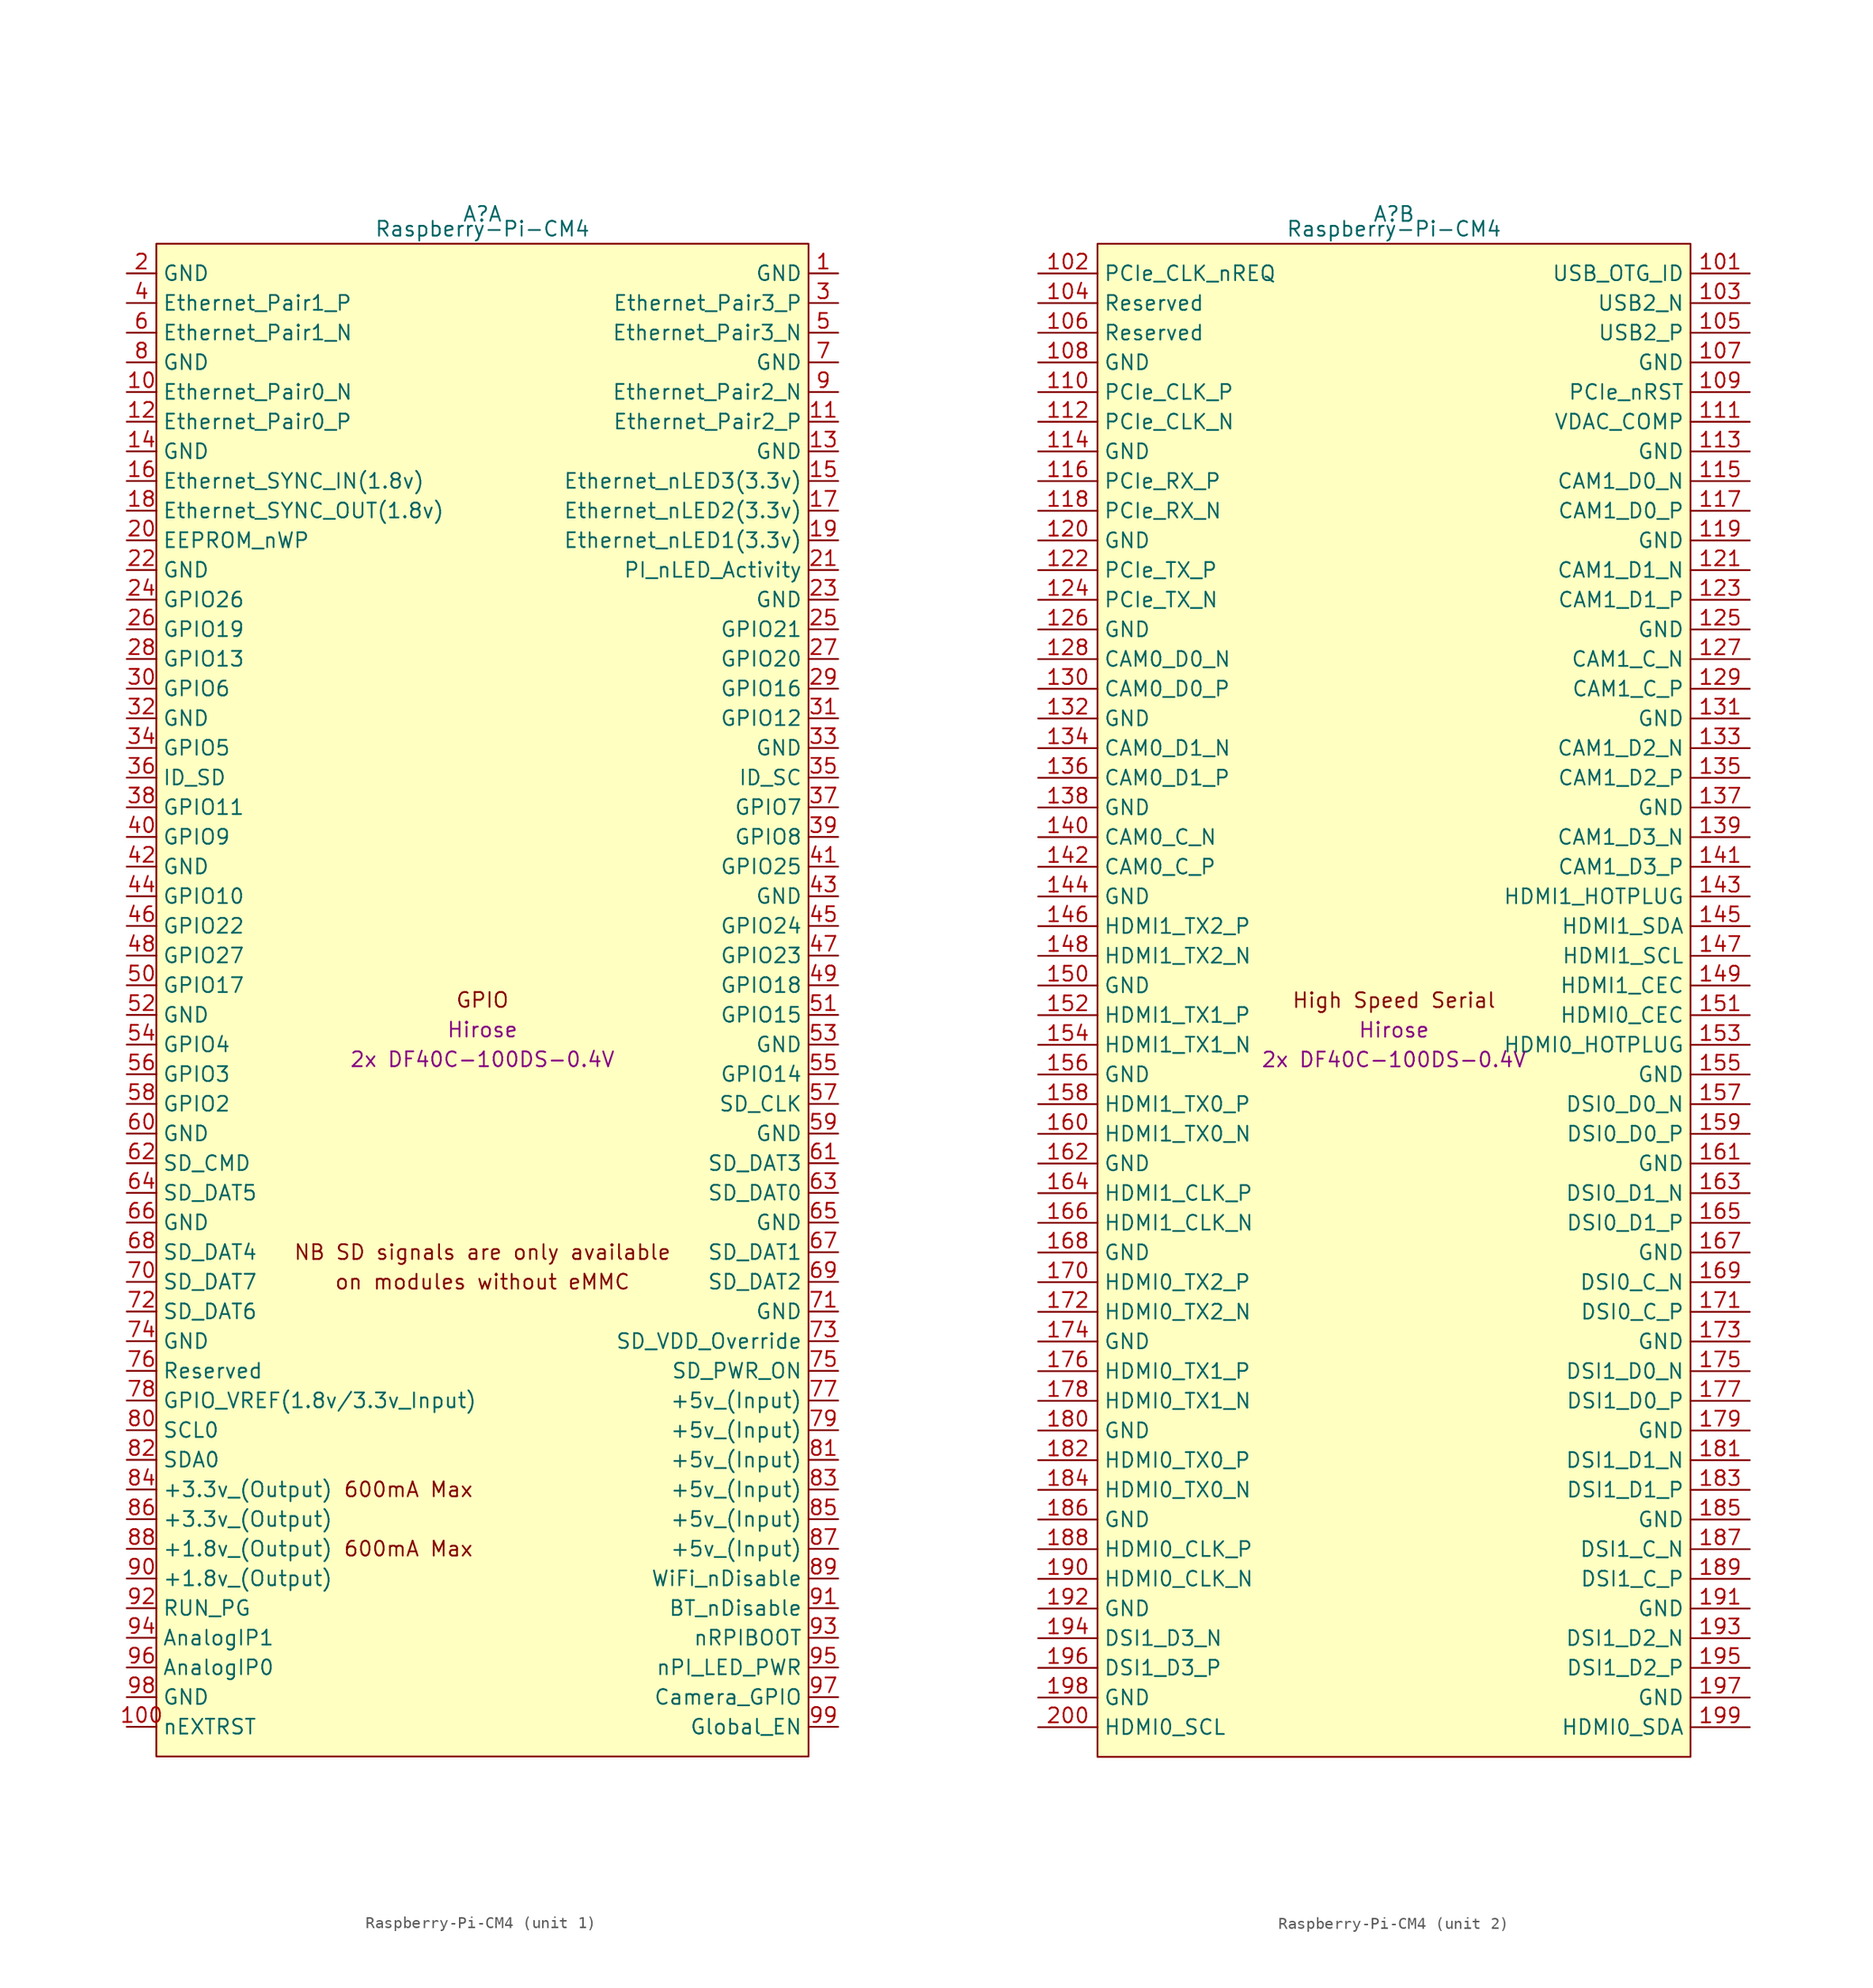
<source format=kicad_sym>
(kicad_symbol_lib
  (version 20211014)
  (generator kicad_symbol_editor)
  (symbol "Raspberry-Pi-CM4"
    (property "Reference" "A"
      (at 0 67.31 0)
      (effects (font (size 1.27 1.27))))
    (property "Value" "Raspberry-Pi-CM4"
      (at 0 66.04 0)
      (effects (font (size 1.27 1.27))))
    (property "Field4" "Hirose"
      (at 0 -2.54 0)
      (effects (font (size 1.27 1.27))))
    (property "Field5" "2x DF40C-100DS-0.4V"
      (at 0 -5.08 0)
      (effects (font (size 1.27 1.27))))
    (symbol "Raspberry-Pi-CM4_1_0"
      (text "GPIO" (at 0 0 0) (effects (font (size 1.27 1.27)))))
    (symbol "Raspberry-Pi-CM4_1_1"
      (rectangle (start -27.94 -64.77) (end 27.94 64.77) (stroke (width 0) (type default) (color 0 0 0 0)) (fill (type background)))
      (text "600mA Max" (at -6.35 -46.99 0) (effects (font (size 1.27 1.27))))
      (text "600mA Max" (at -6.35 -41.91 0) (effects (font (size 1.27 1.27))))
      (text "NB SD signals are only available" (at 0 -21.59 0) (effects (font (size 1.27 1.27))))
      (text "on modules without eMMC" (at 0 -24.13 0) (effects (font (size 1.27 1.27))))
      (pin power_in line (at 30.48 62.23 180) (length 2.54) (name "GND" (effects (font (size 1.27 1.27)))) (number "1" (effects (font (size 1.27 1.27)))))
      (pin passive line (at -30.48 52.07 0) (length 2.54) (name "Ethernet_Pair0_N" (effects (font (size 1.27 1.27)))) (number "10" (effects (font (size 1.27 1.27)))))
      (pin output line (at -30.48 -62.23 0) (length 2.54) (name "nEXTRST" (effects (font (size 1.27 1.27)))) (number "100" (effects (font (size 1.27 1.27)))))
      (pin passive line (at 30.48 49.53 180) (length 2.54) (name "Ethernet_Pair2_P" (effects (font (size 1.27 1.27)))) (number "11" (effects (font (size 1.27 1.27)))))
      (pin passive line (at -30.48 49.53 0) (length 2.54) (name "Ethernet_Pair0_P" (effects (font (size 1.27 1.27)))) (number "12" (effects (font (size 1.27 1.27)))))
      (pin power_in line (at 30.48 46.99 180) (length 2.54) (name "GND" (effects (font (size 1.27 1.27)))) (number "13" (effects (font (size 1.27 1.27)))))
      (pin power_in line (at -30.48 46.99 0) (length 2.54) (name "GND" (effects (font (size 1.27 1.27)))) (number "14" (effects (font (size 1.27 1.27)))))
      (pin output line (at 30.48 44.45 180) (length 2.54) (name "Ethernet_nLED3(3.3v)" (effects (font (size 1.27 1.27)))) (number "15" (effects (font (size 1.27 1.27)))))
      (pin input line (at -30.48 44.45 0) (length 2.54) (name "Ethernet_SYNC_IN(1.8v)" (effects (font (size 1.27 1.27)))) (number "16" (effects (font (size 1.27 1.27)))))
      (pin output line (at 30.48 41.91 180) (length 2.54) (name "Ethernet_nLED2(3.3v)" (effects (font (size 1.27 1.27)))) (number "17" (effects (font (size 1.27 1.27)))))
      (pin input line (at -30.48 41.91 0) (length 2.54) (name "Ethernet_SYNC_OUT(1.8v)" (effects (font (size 1.27 1.27)))) (number "18" (effects (font (size 1.27 1.27)))))
      (pin output line (at 30.48 39.37 180) (length 2.54) (name "Ethernet_nLED1(3.3v)" (effects (font (size 1.27 1.27)))) (number "19" (effects (font (size 1.27 1.27)))))
      (pin power_in line (at -30.48 62.23 0) (length 2.54) (name "GND" (effects (font (size 1.27 1.27)))) (number "2" (effects (font (size 1.27 1.27)))))
      (pin passive line (at -30.48 39.37 0) (length 2.54) (name "EEPROM_nWP" (effects (font (size 1.27 1.27)))) (number "20" (effects (font (size 1.27 1.27)))))
      (pin open_collector line (at 30.48 36.83 180) (length 2.54) (name "PI_nLED_Activity" (effects (font (size 1.27 1.27)))) (number "21" (effects (font (size 1.27 1.27)))))
      (pin power_in line (at -30.48 36.83 0) (length 2.54) (name "GND" (effects (font (size 1.27 1.27)))) (number "22" (effects (font (size 1.27 1.27)))))
      (pin power_in line (at 30.48 34.29 180) (length 2.54) (name "GND" (effects (font (size 1.27 1.27)))) (number "23" (effects (font (size 1.27 1.27)))))
      (pin passive line (at -30.48 34.29 0) (length 2.54) (name "GPIO26" (effects (font (size 1.27 1.27)))) (number "24" (effects (font (size 1.27 1.27)))))
      (pin passive line (at 30.48 31.75 180) (length 2.54) (name "GPIO21" (effects (font (size 1.27 1.27)))) (number "25" (effects (font (size 1.27 1.27)))))
      (pin passive line (at -30.48 31.75 0) (length 2.54) (name "GPIO19" (effects (font (size 1.27 1.27)))) (number "26" (effects (font (size 1.27 1.27)))))
      (pin passive line (at 30.48 29.21 180) (length 2.54) (name "GPIO20" (effects (font (size 1.27 1.27)))) (number "27" (effects (font (size 1.27 1.27)))))
      (pin passive line (at -30.48 29.21 0) (length 2.54) (name "GPIO13" (effects (font (size 1.27 1.27)))) (number "28" (effects (font (size 1.27 1.27)))))
      (pin passive line (at 30.48 26.67 180) (length 2.54) (name "GPIO16" (effects (font (size 1.27 1.27)))) (number "29" (effects (font (size 1.27 1.27)))))
      (pin passive line (at 30.48 59.69 180) (length 2.54) (name "Ethernet_Pair3_P" (effects (font (size 1.27 1.27)))) (number "3" (effects (font (size 1.27 1.27)))))
      (pin passive line (at -30.48 26.67 0) (length 2.54) (name "GPIO6" (effects (font (size 1.27 1.27)))) (number "30" (effects (font (size 1.27 1.27)))))
      (pin passive line (at 30.48 24.13 180) (length 2.54) (name "GPIO12" (effects (font (size 1.27 1.27)))) (number "31" (effects (font (size 1.27 1.27)))))
      (pin power_in line (at -30.48 24.13 0) (length 2.54) (name "GND" (effects (font (size 1.27 1.27)))) (number "32" (effects (font (size 1.27 1.27)))))
      (pin power_in line (at 30.48 21.59 180) (length 2.54) (name "GND" (effects (font (size 1.27 1.27)))) (number "33" (effects (font (size 1.27 1.27)))))
      (pin passive line (at -30.48 21.59 0) (length 2.54) (name "GPIO5" (effects (font (size 1.27 1.27)))) (number "34" (effects (font (size 1.27 1.27)))))
      (pin passive line (at 30.48 19.05 180) (length 2.54) (name "ID_SC" (effects (font (size 1.27 1.27)))) (number "35" (effects (font (size 1.27 1.27)))))
      (pin passive line (at -30.48 19.05 0) (length 2.54) (name "ID_SD" (effects (font (size 1.27 1.27)))) (number "36" (effects (font (size 1.27 1.27)))))
      (pin passive line (at 30.48 16.51 180) (length 2.54) (name "GPIO7" (effects (font (size 1.27 1.27)))) (number "37" (effects (font (size 1.27 1.27)))))
      (pin passive line (at -30.48 16.51 0) (length 2.54) (name "GPIO11" (effects (font (size 1.27 1.27)))) (number "38" (effects (font (size 1.27 1.27)))))
      (pin passive line (at 30.48 13.97 180) (length 2.54) (name "GPIO8" (effects (font (size 1.27 1.27)))) (number "39" (effects (font (size 1.27 1.27)))))
      (pin passive line (at -30.48 59.69 0) (length 2.54) (name "Ethernet_Pair1_P" (effects (font (size 1.27 1.27)))) (number "4" (effects (font (size 1.27 1.27)))))
      (pin passive line (at -30.48 13.97 0) (length 2.54) (name "GPIO9" (effects (font (size 1.27 1.27)))) (number "40" (effects (font (size 1.27 1.27)))))
      (pin passive line (at 30.48 11.43 180) (length 2.54) (name "GPIO25" (effects (font (size 1.27 1.27)))) (number "41" (effects (font (size 1.27 1.27)))))
      (pin power_in line (at -30.48 11.43 0) (length 2.54) (name "GND" (effects (font (size 1.27 1.27)))) (number "42" (effects (font (size 1.27 1.27)))))
      (pin power_in line (at 30.48 8.89 180) (length 2.54) (name "GND" (effects (font (size 1.27 1.27)))) (number "43" (effects (font (size 1.27 1.27)))))
      (pin passive line (at -30.48 8.89 0) (length 2.54) (name "GPIO10" (effects (font (size 1.27 1.27)))) (number "44" (effects (font (size 1.27 1.27)))))
      (pin passive line (at 30.48 6.35 180) (length 2.54) (name "GPIO24" (effects (font (size 1.27 1.27)))) (number "45" (effects (font (size 1.27 1.27)))))
      (pin passive line (at -30.48 6.35 0) (length 2.54) (name "GPIO22" (effects (font (size 1.27 1.27)))) (number "46" (effects (font (size 1.27 1.27)))))
      (pin passive line (at 30.48 3.81 180) (length 2.54) (name "GPIO23" (effects (font (size 1.27 1.27)))) (number "47" (effects (font (size 1.27 1.27)))))
      (pin passive line (at -30.48 3.81 0) (length 2.54) (name "GPIO27" (effects (font (size 1.27 1.27)))) (number "48" (effects (font (size 1.27 1.27)))))
      (pin passive line (at 30.48 1.27 180) (length 2.54) (name "GPIO18" (effects (font (size 1.27 1.27)))) (number "49" (effects (font (size 1.27 1.27)))))
      (pin passive line (at 30.48 57.15 180) (length 2.54) (name "Ethernet_Pair3_N" (effects (font (size 1.27 1.27)))) (number "5" (effects (font (size 1.27 1.27)))))
      (pin passive line (at -30.48 1.27 0) (length 2.54) (name "GPIO17" (effects (font (size 1.27 1.27)))) (number "50" (effects (font (size 1.27 1.27)))))
      (pin passive line (at 30.48 -1.27 180) (length 2.54) (name "GPIO15" (effects (font (size 1.27 1.27)))) (number "51" (effects (font (size 1.27 1.27)))))
      (pin power_in line (at -30.48 -1.27 0) (length 2.54) (name "GND" (effects (font (size 1.27 1.27)))) (number "52" (effects (font (size 1.27 1.27)))))
      (pin power_in line (at 30.48 -3.81 180) (length 2.54) (name "GND" (effects (font (size 1.27 1.27)))) (number "53" (effects (font (size 1.27 1.27)))))
      (pin passive line (at -30.48 -3.81 0) (length 2.54) (name "GPIO4" (effects (font (size 1.27 1.27)))) (number "54" (effects (font (size 1.27 1.27)))))
      (pin passive line (at 30.48 -6.35 180) (length 2.54) (name "GPIO14" (effects (font (size 1.27 1.27)))) (number "55" (effects (font (size 1.27 1.27)))))
      (pin passive line (at -30.48 -6.35 0) (length 2.54) (name "GPIO3" (effects (font (size 1.27 1.27)))) (number "56" (effects (font (size 1.27 1.27)))))
      (pin passive line (at 30.48 -8.89 180) (length 2.54) (name "SD_CLK" (effects (font (size 1.27 1.27)))) (number "57" (effects (font (size 1.27 1.27)))))
      (pin passive line (at -30.48 -8.89 0) (length 2.54) (name "GPIO2" (effects (font (size 1.27 1.27)))) (number "58" (effects (font (size 1.27 1.27)))))
      (pin power_in line (at 30.48 -11.43 180) (length 2.54) (name "GND" (effects (font (size 1.27 1.27)))) (number "59" (effects (font (size 1.27 1.27)))))
      (pin passive line (at -30.48 57.15 0) (length 2.54) (name "Ethernet_Pair1_N" (effects (font (size 1.27 1.27)))) (number "6" (effects (font (size 1.27 1.27)))))
      (pin power_in line (at -30.48 -11.43 0) (length 2.54) (name "GND" (effects (font (size 1.27 1.27)))) (number "60" (effects (font (size 1.27 1.27)))))
      (pin passive line (at 30.48 -13.97 180) (length 2.54) (name "SD_DAT3" (effects (font (size 1.27 1.27)))) (number "61" (effects (font (size 1.27 1.27)))))
      (pin passive line (at -30.48 -13.97 0) (length 2.54) (name "SD_CMD" (effects (font (size 1.27 1.27)))) (number "62" (effects (font (size 1.27 1.27)))))
      (pin passive line (at 30.48 -16.51 180) (length 2.54) (name "SD_DAT0" (effects (font (size 1.27 1.27)))) (number "63" (effects (font (size 1.27 1.27)))))
      (pin passive line (at -30.48 -16.51 0) (length 2.54) (name "SD_DAT5" (effects (font (size 1.27 1.27)))) (number "64" (effects (font (size 1.27 1.27)))))
      (pin power_in line (at 30.48 -19.05 180) (length 2.54) (name "GND" (effects (font (size 1.27 1.27)))) (number "65" (effects (font (size 1.27 1.27)))))
      (pin power_in line (at -30.48 -19.05 0) (length 2.54) (name "GND" (effects (font (size 1.27 1.27)))) (number "66" (effects (font (size 1.27 1.27)))))
      (pin passive line (at 30.48 -21.59 180) (length 2.54) (name "SD_DAT1" (effects (font (size 1.27 1.27)))) (number "67" (effects (font (size 1.27 1.27)))))
      (pin passive line (at -30.48 -21.59 0) (length 2.54) (name "SD_DAT4" (effects (font (size 1.27 1.27)))) (number "68" (effects (font (size 1.27 1.27)))))
      (pin passive line (at 30.48 -24.13 180) (length 2.54) (name "SD_DAT2" (effects (font (size 1.27 1.27)))) (number "69" (effects (font (size 1.27 1.27)))))
      (pin power_in line (at 30.48 54.61 180) (length 2.54) (name "GND" (effects (font (size 1.27 1.27)))) (number "7" (effects (font (size 1.27 1.27)))))
      (pin passive line (at -30.48 -24.13 0) (length 2.54) (name "SD_DAT7" (effects (font (size 1.27 1.27)))) (number "70" (effects (font (size 1.27 1.27)))))
      (pin power_in line (at 30.48 -26.67 180) (length 2.54) (name "GND" (effects (font (size 1.27 1.27)))) (number "71" (effects (font (size 1.27 1.27)))))
      (pin passive line (at -30.48 -26.67 0) (length 2.54) (name "SD_DAT6" (effects (font (size 1.27 1.27)))) (number "72" (effects (font (size 1.27 1.27)))))
      (pin input line (at 30.48 -29.21 180) (length 2.54) (name "SD_VDD_Override" (effects (font (size 1.27 1.27)))) (number "73" (effects (font (size 1.27 1.27)))))
      (pin power_in line (at -30.48 -29.21 0) (length 2.54) (name "GND" (effects (font (size 1.27 1.27)))) (number "74" (effects (font (size 1.27 1.27)))))
      (pin output line (at 30.48 -31.75 180) (length 2.54) (name "SD_PWR_ON" (effects (font (size 1.27 1.27)))) (number "75" (effects (font (size 1.27 1.27)))))
      (pin passive line (at -30.48 -31.75 0) (length 2.54) (name "Reserved" (effects (font (size 1.27 1.27)))) (number "76" (effects (font (size 1.27 1.27)))))
      (pin power_in line (at 30.48 -34.29 180) (length 2.54) (name "+5v_(Input)" (effects (font (size 1.27 1.27)))) (number "77" (effects (font (size 1.27 1.27)))))
      (pin power_in line (at -30.48 -34.29 0) (length 2.54) (name "GPIO_VREF(1.8v/3.3v_Input)" (effects (font (size 1.27 1.27)))) (number "78" (effects (font (size 1.27 1.27)))))
      (pin power_in line (at 30.48 -36.83 180) (length 2.54) (name "+5v_(Input)" (effects (font (size 1.27 1.27)))) (number "79" (effects (font (size 1.27 1.27)))))
      (pin power_in line (at -30.48 54.61 0) (length 2.54) (name "GND" (effects (font (size 1.27 1.27)))) (number "8" (effects (font (size 1.27 1.27)))))
      (pin passive line (at -30.48 -36.83 0) (length 2.54) (name "SCL0" (effects (font (size 1.27 1.27)))) (number "80" (effects (font (size 1.27 1.27)))))
      (pin power_in line (at 30.48 -39.37 180) (length 2.54) (name "+5v_(Input)" (effects (font (size 1.27 1.27)))) (number "81" (effects (font (size 1.27 1.27)))))
      (pin passive line (at -30.48 -39.37 0) (length 2.54) (name "SDA0" (effects (font (size 1.27 1.27)))) (number "82" (effects (font (size 1.27 1.27)))))
      (pin power_in line (at 30.48 -41.91 180) (length 2.54) (name "+5v_(Input)" (effects (font (size 1.27 1.27)))) (number "83" (effects (font (size 1.27 1.27)))))
      (pin power_out line (at -30.48 -41.91 0) (length 2.54) (name "+3.3v_(Output)" (effects (font (size 1.27 1.27)))) (number "84" (effects (font (size 1.27 1.27)))))
      (pin power_in line (at 30.48 -44.45 180) (length 2.54) (name "+5v_(Input)" (effects (font (size 1.27 1.27)))) (number "85" (effects (font (size 1.27 1.27)))))
      (pin power_out line (at -30.48 -44.45 0) (length 2.54) (name "+3.3v_(Output)" (effects (font (size 1.27 1.27)))) (number "86" (effects (font (size 1.27 1.27)))))
      (pin power_in line (at 30.48 -46.99 180) (length 2.54) (name "+5v_(Input)" (effects (font (size 1.27 1.27)))) (number "87" (effects (font (size 1.27 1.27)))))
      (pin power_out line (at -30.48 -46.99 0) (length 2.54) (name "+1.8v_(Output)" (effects (font (size 1.27 1.27)))) (number "88" (effects (font (size 1.27 1.27)))))
      (pin input line (at 30.48 -49.53 180) (length 2.54) (name "WiFi_nDisable" (effects (font (size 1.27 1.27)))) (number "89" (effects (font (size 1.27 1.27)))))
      (pin passive line (at 30.48 52.07 180) (length 2.54) (name "Ethernet_Pair2_N" (effects (font (size 1.27 1.27)))) (number "9" (effects (font (size 1.27 1.27)))))
      (pin power_out line (at -30.48 -49.53 0) (length 2.54) (name "+1.8v_(Output)" (effects (font (size 1.27 1.27)))) (number "90" (effects (font (size 1.27 1.27)))))
      (pin input line (at 30.48 -52.07 180) (length 2.54) (name "BT_nDisable" (effects (font (size 1.27 1.27)))) (number "91" (effects (font (size 1.27 1.27)))))
      (pin passive line (at -30.48 -52.07 0) (length 2.54) (name "RUN_PG" (effects (font (size 1.27 1.27)))) (number "92" (effects (font (size 1.27 1.27)))))
      (pin input line (at 30.48 -54.61 180) (length 2.54) (name "nRPIBOOT" (effects (font (size 1.27 1.27)))) (number "93" (effects (font (size 1.27 1.27)))))
      (pin passive line (at -30.48 -54.61 0) (length 2.54) (name "AnalogIP1" (effects (font (size 1.27 1.27)))) (number "94" (effects (font (size 1.27 1.27)))))
      (pin output line (at 30.48 -57.15 180) (length 2.54) (name "nPI_LED_PWR" (effects (font (size 1.27 1.27)))) (number "95" (effects (font (size 1.27 1.27)))))
      (pin passive line (at -30.48 -57.15 0) (length 2.54) (name "AnalogIP0" (effects (font (size 1.27 1.27)))) (number "96" (effects (font (size 1.27 1.27)))))
      (pin passive line (at 30.48 -59.69 180) (length 2.54) (name "Camera_GPIO" (effects (font (size 1.27 1.27)))) (number "97" (effects (font (size 1.27 1.27)))))
      (pin power_in line (at -30.48 -59.69 0) (length 2.54) (name "GND" (effects (font (size 1.27 1.27)))) (number "98" (effects (font (size 1.27 1.27)))))
      (pin input line (at 30.48 -62.23 180) (length 2.54) (name "Global_EN" (effects (font (size 1.27 1.27)))) (number "99" (effects (font (size 1.27 1.27))))))
    (symbol "Raspberry-Pi-CM4_2_1"
      (rectangle (start -25.4 -64.77) (end 25.4 64.77) (stroke (width 0) (type default) (color 0 0 0 0)) (fill (type background)))
      (text "High Speed Serial" (at 0 0 0) (effects (font (size 1.27 1.27))))
      (pin input line (at 30.48 62.23 180) (length 5.08) (name "USB_OTG_ID" (effects (font (size 1.27 1.27)))) (number "101" (effects (font (size 1.27 1.27)))))
      (pin input line (at -30.48 62.23 0) (length 5.08) (name "PCIe_CLK_nREQ" (effects (font (size 1.27 1.27)))) (number "102" (effects (font (size 1.27 1.27)))))
      (pin passive line (at 30.48 59.69 180) (length 5.08) (name "USB2_N" (effects (font (size 1.27 1.27)))) (number "103" (effects (font (size 1.27 1.27)))))
      (pin passive line (at -30.48 59.69 0) (length 5.08) (name "Reserved" (effects (font (size 1.27 1.27)))) (number "104" (effects (font (size 1.27 1.27)))))
      (pin passive line (at 30.48 57.15 180) (length 5.08) (name "USB2_P" (effects (font (size 1.27 1.27)))) (number "105" (effects (font (size 1.27 1.27)))))
      (pin passive line (at -30.48 57.15 0) (length 5.08) (name "Reserved" (effects (font (size 1.27 1.27)))) (number "106" (effects (font (size 1.27 1.27)))))
      (pin power_in line (at 30.48 54.61 180) (length 5.08) (name "GND" (effects (font (size 1.27 1.27)))) (number "107" (effects (font (size 1.27 1.27)))))
      (pin power_in line (at -30.48 54.61 0) (length 5.08) (name "GND" (effects (font (size 1.27 1.27)))) (number "108" (effects (font (size 1.27 1.27)))))
      (pin bidirectional line (at 30.48 52.07 180) (length 5.08) (name "PCIe_nRST" (effects (font (size 1.27 1.27)))) (number "109" (effects (font (size 1.27 1.27)))))
      (pin output line (at -30.48 52.07 0) (length 5.08) (name "PCIe_CLK_P" (effects (font (size 1.27 1.27)))) (number "110" (effects (font (size 1.27 1.27)))))
      (pin passive line (at 30.48 49.53 180) (length 5.08) (name "VDAC_COMP" (effects (font (size 1.27 1.27)))) (number "111" (effects (font (size 1.27 1.27)))))
      (pin output line (at -30.48 49.53 0) (length 5.08) (name "PCIe_CLK_N" (effects (font (size 1.27 1.27)))) (number "112" (effects (font (size 1.27 1.27)))))
      (pin power_in line (at 30.48 46.99 180) (length 5.08) (name "GND" (effects (font (size 1.27 1.27)))) (number "113" (effects (font (size 1.27 1.27)))))
      (pin power_in line (at -30.48 46.99 0) (length 5.08) (name "GND" (effects (font (size 1.27 1.27)))) (number "114" (effects (font (size 1.27 1.27)))))
      (pin input line (at 30.48 44.45 180) (length 5.08) (name "CAM1_D0_N" (effects (font (size 1.27 1.27)))) (number "115" (effects (font (size 1.27 1.27)))))
      (pin input line (at -30.48 44.45 0) (length 5.08) (name "PCIe_RX_P" (effects (font (size 1.27 1.27)))) (number "116" (effects (font (size 1.27 1.27)))))
      (pin input line (at 30.48 41.91 180) (length 5.08) (name "CAM1_D0_P" (effects (font (size 1.27 1.27)))) (number "117" (effects (font (size 1.27 1.27)))))
      (pin input line (at -30.48 41.91 0) (length 5.08) (name "PCIe_RX_N" (effects (font (size 1.27 1.27)))) (number "118" (effects (font (size 1.27 1.27)))))
      (pin power_in line (at 30.48 39.37 180) (length 5.08) (name "GND" (effects (font (size 1.27 1.27)))) (number "119" (effects (font (size 1.27 1.27)))))
      (pin power_in line (at -30.48 39.37 0) (length 5.08) (name "GND" (effects (font (size 1.27 1.27)))) (number "120" (effects (font (size 1.27 1.27)))))
      (pin input line (at 30.48 36.83 180) (length 5.08) (name "CAM1_D1_N" (effects (font (size 1.27 1.27)))) (number "121" (effects (font (size 1.27 1.27)))))
      (pin output line (at -30.48 36.83 0) (length 5.08) (name "PCIe_TX_P" (effects (font (size 1.27 1.27)))) (number "122" (effects (font (size 1.27 1.27)))))
      (pin input line (at 30.48 34.29 180) (length 5.08) (name "CAM1_D1_P" (effects (font (size 1.27 1.27)))) (number "123" (effects (font (size 1.27 1.27)))))
      (pin output line (at -30.48 34.29 0) (length 5.08) (name "PCIe_TX_N" (effects (font (size 1.27 1.27)))) (number "124" (effects (font (size 1.27 1.27)))))
      (pin power_in line (at 30.48 31.75 180) (length 5.08) (name "GND" (effects (font (size 1.27 1.27)))) (number "125" (effects (font (size 1.27 1.27)))))
      (pin power_in line (at -30.48 31.75 0) (length 5.08) (name "GND" (effects (font (size 1.27 1.27)))) (number "126" (effects (font (size 1.27 1.27)))))
      (pin input line (at 30.48 29.21 180) (length 5.08) (name "CAM1_C_N" (effects (font (size 1.27 1.27)))) (number "127" (effects (font (size 1.27 1.27)))))
      (pin input line (at -30.48 29.21 0) (length 5.08) (name "CAM0_D0_N" (effects (font (size 1.27 1.27)))) (number "128" (effects (font (size 1.27 1.27)))))
      (pin input line (at 30.48 26.67 180) (length 5.08) (name "CAM1_C_P" (effects (font (size 1.27 1.27)))) (number "129" (effects (font (size 1.27 1.27)))))
      (pin input line (at -30.48 26.67 0) (length 5.08) (name "CAM0_D0_P" (effects (font (size 1.27 1.27)))) (number "130" (effects (font (size 1.27 1.27)))))
      (pin power_in line (at 30.48 24.13 180) (length 5.08) (name "GND" (effects (font (size 1.27 1.27)))) (number "131" (effects (font (size 1.27 1.27)))))
      (pin power_in line (at -30.48 24.13 0) (length 5.08) (name "GND" (effects (font (size 1.27 1.27)))) (number "132" (effects (font (size 1.27 1.27)))))
      (pin input line (at 30.48 21.59 180) (length 5.08) (name "CAM1_D2_N" (effects (font (size 1.27 1.27)))) (number "133" (effects (font (size 1.27 1.27)))))
      (pin input line (at -30.48 21.59 0) (length 5.08) (name "CAM0_D1_N" (effects (font (size 1.27 1.27)))) (number "134" (effects (font (size 1.27 1.27)))))
      (pin input line (at 30.48 19.05 180) (length 5.08) (name "CAM1_D2_P" (effects (font (size 1.27 1.27)))) (number "135" (effects (font (size 1.27 1.27)))))
      (pin input line (at -30.48 19.05 0) (length 5.08) (name "CAM0_D1_P" (effects (font (size 1.27 1.27)))) (number "136" (effects (font (size 1.27 1.27)))))
      (pin power_in line (at 30.48 16.51 180) (length 5.08) (name "GND" (effects (font (size 1.27 1.27)))) (number "137" (effects (font (size 1.27 1.27)))))
      (pin power_in line (at -30.48 16.51 0) (length 5.08) (name "GND" (effects (font (size 1.27 1.27)))) (number "138" (effects (font (size 1.27 1.27)))))
      (pin input line (at 30.48 13.97 180) (length 5.08) (name "CAM1_D3_N" (effects (font (size 1.27 1.27)))) (number "139" (effects (font (size 1.27 1.27)))))
      (pin input line (at -30.48 13.97 0) (length 5.08) (name "CAM0_C_N" (effects (font (size 1.27 1.27)))) (number "140" (effects (font (size 1.27 1.27)))))
      (pin input line (at 30.48 11.43 180) (length 5.08) (name "CAM1_D3_P" (effects (font (size 1.27 1.27)))) (number "141" (effects (font (size 1.27 1.27)))))
      (pin input line (at -30.48 11.43 0) (length 5.08) (name "CAM0_C_P" (effects (font (size 1.27 1.27)))) (number "142" (effects (font (size 1.27 1.27)))))
      (pin input line (at 30.48 8.89 180) (length 5.08) (name "HDMI1_HOTPLUG" (effects (font (size 1.27 1.27)))) (number "143" (effects (font (size 1.27 1.27)))))
      (pin power_in line (at -30.48 8.89 0) (length 5.08) (name "GND" (effects (font (size 1.27 1.27)))) (number "144" (effects (font (size 1.27 1.27)))))
      (pin bidirectional line (at 30.48 6.35 180) (length 5.08) (name "HDMI1_SDA" (effects (font (size 1.27 1.27)))) (number "145" (effects (font (size 1.27 1.27)))))
      (pin output line (at -30.48 6.35 0) (length 5.08) (name "HDMI1_TX2_P" (effects (font (size 1.27 1.27)))) (number "146" (effects (font (size 1.27 1.27)))))
      (pin open_collector line (at 30.48 3.81 180) (length 5.08) (name "HDMI1_SCL" (effects (font (size 1.27 1.27)))) (number "147" (effects (font (size 1.27 1.27)))))
      (pin output line (at -30.48 3.81 0) (length 5.08) (name "HDMI1_TX2_N" (effects (font (size 1.27 1.27)))) (number "148" (effects (font (size 1.27 1.27)))))
      (pin open_collector line (at 30.48 1.27 180) (length 5.08) (name "HDMI1_CEC" (effects (font (size 1.27 1.27)))) (number "149" (effects (font (size 1.27 1.27)))))
      (pin power_in line (at -30.48 1.27 0) (length 5.08) (name "GND" (effects (font (size 1.27 1.27)))) (number "150" (effects (font (size 1.27 1.27)))))
      (pin open_collector line (at 30.48 -1.27 180) (length 5.08) (name "HDMI0_CEC" (effects (font (size 1.27 1.27)))) (number "151" (effects (font (size 1.27 1.27)))))
      (pin output line (at -30.48 -1.27 0) (length 5.08) (name "HDMI1_TX1_P" (effects (font (size 1.27 1.27)))) (number "152" (effects (font (size 1.27 1.27)))))
      (pin input line (at 30.48 -3.81 180) (length 5.08) (name "HDMI0_HOTPLUG" (effects (font (size 1.27 1.27)))) (number "153" (effects (font (size 1.27 1.27)))))
      (pin output line (at -30.48 -3.81 0) (length 5.08) (name "HDMI1_TX1_N" (effects (font (size 1.27 1.27)))) (number "154" (effects (font (size 1.27 1.27)))))
      (pin power_in line (at 30.48 -6.35 180) (length 5.08) (name "GND" (effects (font (size 1.27 1.27)))) (number "155" (effects (font (size 1.27 1.27)))))
      (pin power_in line (at -30.48 -6.35 0) (length 5.08) (name "GND" (effects (font (size 1.27 1.27)))) (number "156" (effects (font (size 1.27 1.27)))))
      (pin output line (at 30.48 -8.89 180) (length 5.08) (name "DSI0_D0_N" (effects (font (size 1.27 1.27)))) (number "157" (effects (font (size 1.27 1.27)))))
      (pin output line (at -30.48 -8.89 0) (length 5.08) (name "HDMI1_TX0_P" (effects (font (size 1.27 1.27)))) (number "158" (effects (font (size 1.27 1.27)))))
      (pin output line (at 30.48 -11.43 180) (length 5.08) (name "DSI0_D0_P" (effects (font (size 1.27 1.27)))) (number "159" (effects (font (size 1.27 1.27)))))
      (pin output line (at -30.48 -11.43 0) (length 5.08) (name "HDMI1_TX0_N" (effects (font (size 1.27 1.27)))) (number "160" (effects (font (size 1.27 1.27)))))
      (pin power_in line (at 30.48 -13.97 180) (length 5.08) (name "GND" (effects (font (size 1.27 1.27)))) (number "161" (effects (font (size 1.27 1.27)))))
      (pin power_in line (at -30.48 -13.97 0) (length 5.08) (name "GND" (effects (font (size 1.27 1.27)))) (number "162" (effects (font (size 1.27 1.27)))))
      (pin output line (at 30.48 -16.51 180) (length 5.08) (name "DSI0_D1_N" (effects (font (size 1.27 1.27)))) (number "163" (effects (font (size 1.27 1.27)))))
      (pin output line (at -30.48 -16.51 0) (length 5.08) (name "HDMI1_CLK_P" (effects (font (size 1.27 1.27)))) (number "164" (effects (font (size 1.27 1.27)))))
      (pin output line (at 30.48 -19.05 180) (length 5.08) (name "DSI0_D1_P" (effects (font (size 1.27 1.27)))) (number "165" (effects (font (size 1.27 1.27)))))
      (pin output line (at -30.48 -19.05 0) (length 5.08) (name "HDMI1_CLK_N" (effects (font (size 1.27 1.27)))) (number "166" (effects (font (size 1.27 1.27)))))
      (pin power_in line (at 30.48 -21.59 180) (length 5.08) (name "GND" (effects (font (size 1.27 1.27)))) (number "167" (effects (font (size 1.27 1.27)))))
      (pin power_in line (at -30.48 -21.59 0) (length 5.08) (name "GND" (effects (font (size 1.27 1.27)))) (number "168" (effects (font (size 1.27 1.27)))))
      (pin output line (at 30.48 -24.13 180) (length 5.08) (name "DSI0_C_N" (effects (font (size 1.27 1.27)))) (number "169" (effects (font (size 1.27 1.27)))))
      (pin output line (at -30.48 -24.13 0) (length 5.08) (name "HDMI0_TX2_P" (effects (font (size 1.27 1.27)))) (number "170" (effects (font (size 1.27 1.27)))))
      (pin output line (at 30.48 -26.67 180) (length 5.08) (name "DSI0_C_P" (effects (font (size 1.27 1.27)))) (number "171" (effects (font (size 1.27 1.27)))))
      (pin output line (at -30.48 -26.67 0) (length 5.08) (name "HDMI0_TX2_N" (effects (font (size 1.27 1.27)))) (number "172" (effects (font (size 1.27 1.27)))))
      (pin power_in line (at 30.48 -29.21 180) (length 5.08) (name "GND" (effects (font (size 1.27 1.27)))) (number "173" (effects (font (size 1.27 1.27)))))
      (pin power_in line (at -30.48 -29.21 0) (length 5.08) (name "GND" (effects (font (size 1.27 1.27)))) (number "174" (effects (font (size 1.27 1.27)))))
      (pin output line (at 30.48 -31.75 180) (length 5.08) (name "DSI1_D0_N" (effects (font (size 1.27 1.27)))) (number "175" (effects (font (size 1.27 1.27)))))
      (pin output line (at -30.48 -31.75 0) (length 5.08) (name "HDMI0_TX1_P" (effects (font (size 1.27 1.27)))) (number "176" (effects (font (size 1.27 1.27)))))
      (pin output line (at 30.48 -34.29 180) (length 5.08) (name "DSI1_D0_P" (effects (font (size 1.27 1.27)))) (number "177" (effects (font (size 1.27 1.27)))))
      (pin output line (at -30.48 -34.29 0) (length 5.08) (name "HDMI0_TX1_N" (effects (font (size 1.27 1.27)))) (number "178" (effects (font (size 1.27 1.27)))))
      (pin power_in line (at 30.48 -36.83 180) (length 5.08) (name "GND" (effects (font (size 1.27 1.27)))) (number "179" (effects (font (size 1.27 1.27)))))
      (pin power_in line (at -30.48 -36.83 0) (length 5.08) (name "GND" (effects (font (size 1.27 1.27)))) (number "180" (effects (font (size 1.27 1.27)))))
      (pin output line (at 30.48 -39.37 180) (length 5.08) (name "DSI1_D1_N" (effects (font (size 1.27 1.27)))) (number "181" (effects (font (size 1.27 1.27)))))
      (pin output line (at -30.48 -39.37 0) (length 5.08) (name "HDMI0_TX0_P" (effects (font (size 1.27 1.27)))) (number "182" (effects (font (size 1.27 1.27)))))
      (pin output line (at 30.48 -41.91 180) (length 5.08) (name "DSI1_D1_P" (effects (font (size 1.27 1.27)))) (number "183" (effects (font (size 1.27 1.27)))))
      (pin output line (at -30.48 -41.91 0) (length 5.08) (name "HDMI0_TX0_N" (effects (font (size 1.27 1.27)))) (number "184" (effects (font (size 1.27 1.27)))))
      (pin power_in line (at 30.48 -44.45 180) (length 5.08) (name "GND" (effects (font (size 1.27 1.27)))) (number "185" (effects (font (size 1.27 1.27)))))
      (pin power_in line (at -30.48 -44.45 0) (length 5.08) (name "GND" (effects (font (size 1.27 1.27)))) (number "186" (effects (font (size 1.27 1.27)))))
      (pin output line (at 30.48 -46.99 180) (length 5.08) (name "DSI1_C_N" (effects (font (size 1.27 1.27)))) (number "187" (effects (font (size 1.27 1.27)))))
      (pin output line (at -30.48 -46.99 0) (length 5.08) (name "HDMI0_CLK_P" (effects (font (size 1.27 1.27)))) (number "188" (effects (font (size 1.27 1.27)))))
      (pin output line (at 30.48 -49.53 180) (length 5.08) (name "DSI1_C_P" (effects (font (size 1.27 1.27)))) (number "189" (effects (font (size 1.27 1.27)))))
      (pin output line (at -30.48 -49.53 0) (length 5.08) (name "HDMI0_CLK_N" (effects (font (size 1.27 1.27)))) (number "190" (effects (font (size 1.27 1.27)))))
      (pin power_in line (at 30.48 -52.07 180) (length 5.08) (name "GND" (effects (font (size 1.27 1.27)))) (number "191" (effects (font (size 1.27 1.27)))))
      (pin power_in line (at -30.48 -52.07 0) (length 5.08) (name "GND" (effects (font (size 1.27 1.27)))) (number "192" (effects (font (size 1.27 1.27)))))
      (pin output line (at 30.48 -54.61 180) (length 5.08) (name "DSI1_D2_N" (effects (font (size 1.27 1.27)))) (number "193" (effects (font (size 1.27 1.27)))))
      (pin output line (at -30.48 -54.61 0) (length 5.08) (name "DSI1_D3_N" (effects (font (size 1.27 1.27)))) (number "194" (effects (font (size 1.27 1.27)))))
      (pin output line (at 30.48 -57.15 180) (length 5.08) (name "DSI1_D2_P" (effects (font (size 1.27 1.27)))) (number "195" (effects (font (size 1.27 1.27)))))
      (pin output line (at -30.48 -57.15 0) (length 5.08) (name "DSI1_D3_P" (effects (font (size 1.27 1.27)))) (number "196" (effects (font (size 1.27 1.27)))))
      (pin power_in line (at 30.48 -59.69 180) (length 5.08) (name "GND" (effects (font (size 1.27 1.27)))) (number "197" (effects (font (size 1.27 1.27)))))
      (pin power_in line (at -30.48 -59.69 0) (length 5.08) (name "GND" (effects (font (size 1.27 1.27)))) (number "198" (effects (font (size 1.27 1.27)))))
      (pin bidirectional line (at 30.48 -62.23 180) (length 5.08) (name "HDMI0_SDA" (effects (font (size 1.27 1.27)))) (number "199" (effects (font (size 1.27 1.27)))))
      (pin open_collector line (at -30.48 -62.23 0) (length 5.08) (name "HDMI0_SCL" (effects (font (size 1.27 1.27)))) (number "200" (effects (font (size 1.27 1.27))))))))
</source>
